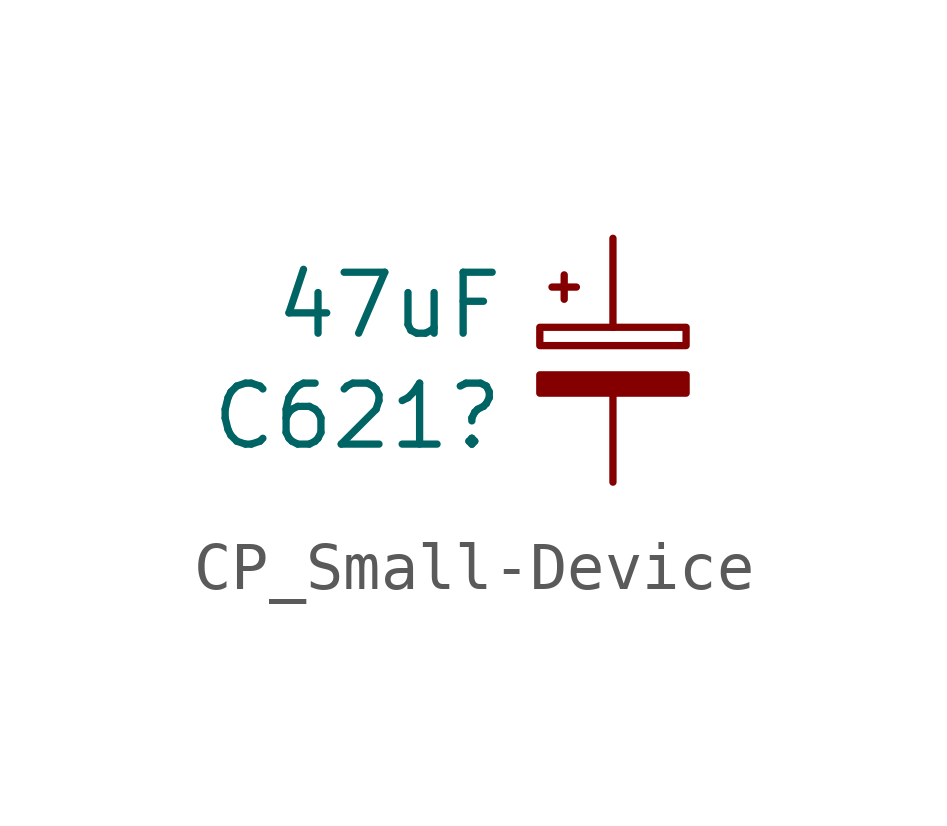
<source format=kicad_sym>
(kicad_symbol_lib
  (version 20220914)
  (generator kicad_symbol_editor)
  (symbol "CP_Small-Device"
    (pin_numbers hide)
    (pin_names
      (offset 0.254) hide)
    (property "Reference" "C621"
      (at -2.235 -1.168 0)
      (effects (font (size 1.27 1.27)) (justify right)))
    (property "Value" "47uF"
      (at -2.235 1.143 0)
      (effects (font (size 1.27 1.27)) (justify right)))
    (symbol "CP_Small-Device_0_1"
      (rectangle (start -1.524 -0.305) (end 1.524 -0.686) (stroke (width 0) (type default)) (fill (type outline)))
      (rectangle (start -1.524 0.686) (end 1.524 0.305) (stroke (width 0) (type default)) (fill (type none)))
      (polyline (pts (xy -1.27 1.524) (xy -0.762 1.524)) (stroke (width 0) (type default)) (fill (type none)))
      (polyline (pts (xy -1.016 1.27) (xy -1.016 1.778)) (stroke (width 0) (type default)) (fill (type none))))
    (symbol "CP_Small-Device_1_1"
      (pin passive line (at 0 2.54 270) (length 1.854) (name "~" (effects (font (size 1.27 1.27)))) (number "1" (effects (font (size 1.27 1.27)))))
      (pin passive line (at 0 -2.54 90) (length 1.854) (name "~" (effects (font (size 1.27 1.27)))) (number "2" (effects (font (size 1.27 1.27))))))))
</source>
